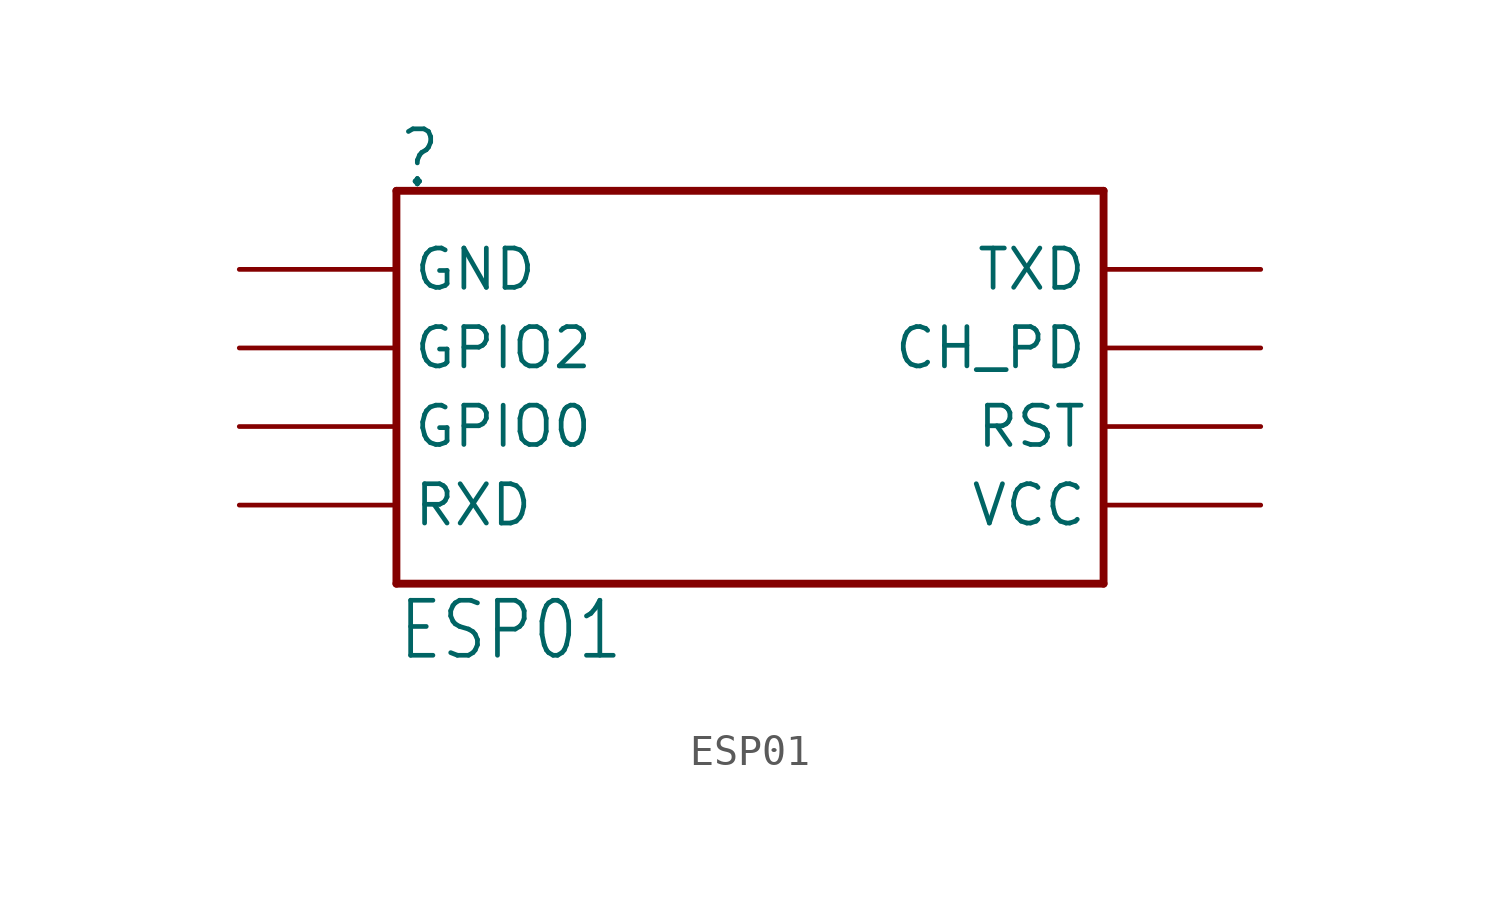
<source format=kicad_sym>
(kicad_symbol_lib
  (version 20220914)
  (generator kicad_symbol_editor)
  (symbol "ESP01"
    (property "Reference" ""
      (at -12.7 10.16 0)
      (effects (font (size 1.778 1.511)) (justify left bottom)))
    (property "Value" "ESP01"
      (at -12.7 -5.08 0)
      (effects (font (size 1.778 1.511)) (justify left bottom)))
    (property "ki_locked" ""
      (at 0 0 0)
      (effects (font (size 1.27 1.27))))
    (symbol "ESP01_1_0"
      (polyline (pts (xy -12.7 -2.54) (xy 10.16 -2.54)) (stroke (width 0.254) (type default)) (fill (type none)))
      (polyline (pts (xy -12.7 10.16) (xy -12.7 -2.54)) (stroke (width 0.254) (type default)) (fill (type none)))
      (polyline (pts (xy 10.16 -2.54) (xy 10.16 10.16)) (stroke (width 0.254) (type default)) (fill (type none)))
      (polyline (pts (xy 10.16 10.16) (xy -12.7 10.16)) (stroke (width 0.254) (type default)) (fill (type none)))
      (pin bidirectional line (at 15.24 5.08 180) (length 5.08) (name "CH_PD" (effects (font (size 1.27 1.27)))) (number "CH_PD" (effects (font (size 0 0)))))
      (pin bidirectional line (at -17.78 7.62 0) (length 5.08) (name "GND" (effects (font (size 1.27 1.27)))) (number "GND" (effects (font (size 0 0)))))
      (pin bidirectional line (at -17.78 2.54 0) (length 5.08) (name "GPIO0" (effects (font (size 1.27 1.27)))) (number "GPIO0" (effects (font (size 0 0)))))
      (pin bidirectional line (at -17.78 5.08 0) (length 5.08) (name "GPIO2" (effects (font (size 1.27 1.27)))) (number "GPIO2" (effects (font (size 0 0)))))
      (pin bidirectional line (at 15.24 2.54 180) (length 5.08) (name "RST" (effects (font (size 1.27 1.27)))) (number "RST" (effects (font (size 0 0)))))
      (pin bidirectional line (at -17.78 0 0) (length 5.08) (name "RXD" (effects (font (size 1.27 1.27)))) (number "RX" (effects (font (size 0 0)))))
      (pin bidirectional line (at 15.24 7.62 180) (length 5.08) (name "TXD" (effects (font (size 1.27 1.27)))) (number "TX" (effects (font (size 0 0)))))
      (pin bidirectional line (at 15.24 0 180) (length 5.08) (name "VCC" (effects (font (size 1.27 1.27)))) (number "VCC" (effects (font (size 0 0))))))))
</source>
